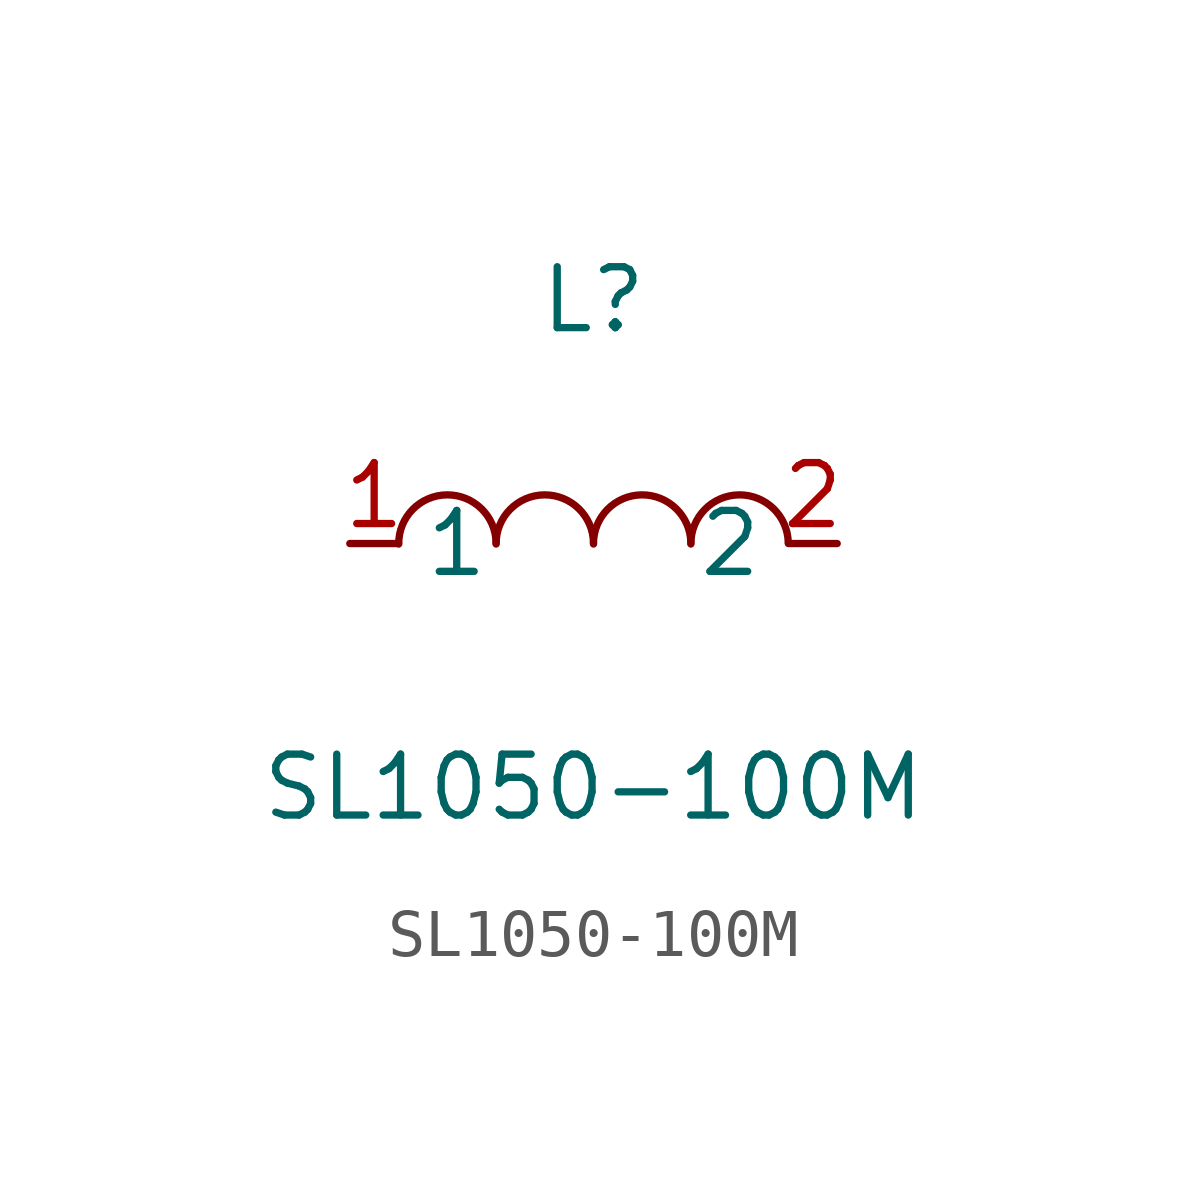
<source format=kicad_sym>
(kicad_symbol_lib
  (version 1)
  (generator "faebryk")
  (symbol "SL1050-100M"
    (property "Reference" "L"
      (at 0 5.08 0)
      (effects (font (size 1.27 1.27)) (hide no)))
    (property "Value" "SL1050-100M"
      (at 0 -5.08 0)
      (effects (font (size 1.27 1.27)) (hide no)))
    (symbol "SL1050-100M_0_1"
      (arc (start -4.06 -0.01) (mid -2.83 0.99) (end -2.03 0.01) (stroke (width 0) (type default) (color 0 0 0 0)) (fill (type none)))
      (arc (start -2.03 -0.01) (mid -0.8 0.99) (end 0 0.01) (stroke (width 0) (type default) (color 0 0 0 0)) (fill (type none)))
      (arc (start 2.03 -0.01) (mid 3.26 0.99) (end 4.06 0.01) (stroke (width 0) (type default) (color 0 0 0 0)) (fill (type none)))
      (arc (start 0 -0.01) (mid 1.23 0.99) (end 2.03 0.01) (stroke (width 0) (type default) (color 0 0 0 0)) (fill (type none)))
      (pin unspecified line (at 5.08 0 180) (length 1.016) (name "2" (effects (font (size 1.27 1.27)) (hide no))) (number "2" (effects (font (size 1.27 1.27)) (hide no))))
      (pin unspecified line (at -5.08 0 0) (length 1.016) (name "1" (effects (font (size 1.27 1.27)) (hide no))) (number "1" (effects (font (size 1.27 1.27)) (hide no)))))))
</source>
